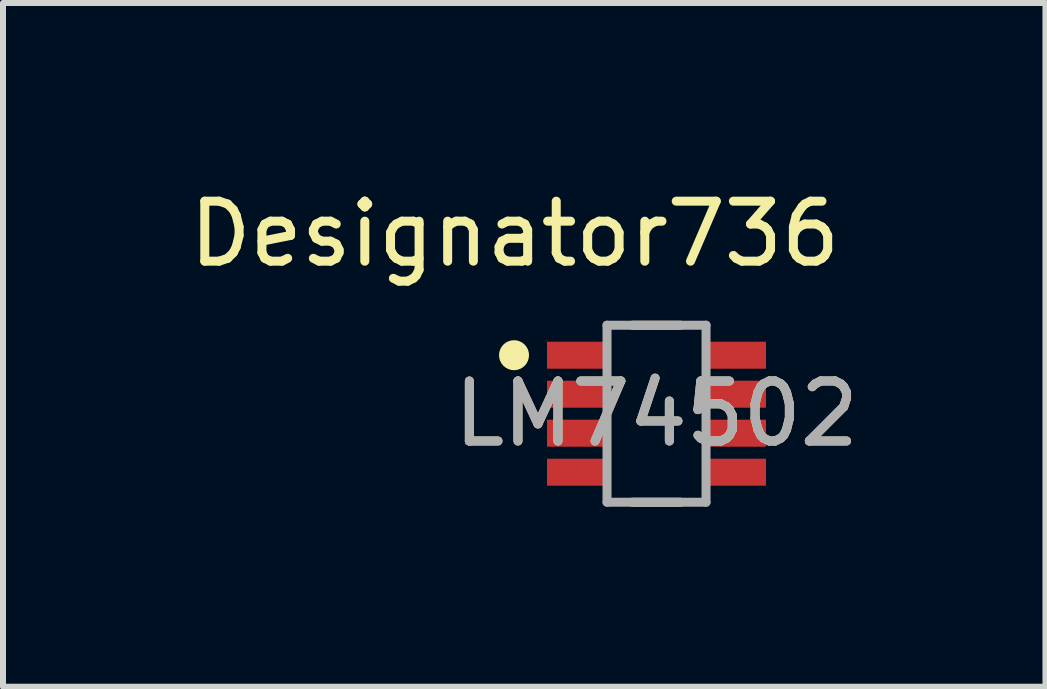
<source format=kicad_pcb>
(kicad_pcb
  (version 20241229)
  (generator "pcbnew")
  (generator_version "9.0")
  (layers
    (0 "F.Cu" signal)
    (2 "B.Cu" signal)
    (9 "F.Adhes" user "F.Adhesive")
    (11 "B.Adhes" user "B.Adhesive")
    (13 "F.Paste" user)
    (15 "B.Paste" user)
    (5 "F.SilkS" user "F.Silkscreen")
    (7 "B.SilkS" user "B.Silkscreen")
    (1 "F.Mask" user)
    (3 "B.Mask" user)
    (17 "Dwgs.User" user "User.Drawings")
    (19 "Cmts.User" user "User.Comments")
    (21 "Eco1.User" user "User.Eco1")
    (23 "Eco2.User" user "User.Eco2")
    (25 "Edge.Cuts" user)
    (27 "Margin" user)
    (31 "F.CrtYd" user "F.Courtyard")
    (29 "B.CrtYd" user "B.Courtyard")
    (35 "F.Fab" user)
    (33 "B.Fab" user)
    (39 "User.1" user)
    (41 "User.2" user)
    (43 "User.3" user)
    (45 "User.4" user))
  (footprint "LM74502"
    (layer "F.Cu")
    (at 7.892 3.845)
    (property "Reference" "LM74502" (at 0 0 0) (unlocked yes) (layer "F.SilkS") (effects (font (size 1 1) (thickness 0.15))))
    (attr smd)
    (fp_line (start -0.4 -1.475) (end 0.4 -1.475) (stroke (width 0.15) (type solid)) (layer "F.SilkS"))
    (fp_line (start -0.4 1.475) (end 0.4 1.475) (stroke (width 0.15) (type solid)) (layer "F.SilkS"))
    (fp_circle (center -2.375 -0.975) (end -2.25 -0.975) (stroke (width 0.25) (type solid)) (fill no) (layer "F.SilkS"))
    (fp_line (start -0.825 -1.475) (end 0.825 -1.475) (stroke (width 0.15) (type solid)) (layer "F.Fab"))
    (fp_line (start -0.825 1.475) (end -0.825 -1.475) (stroke (width 0.15) (type solid)) (layer "F.Fab"))
    (fp_line (start -0.825 1.475) (end 0.825 1.475) (stroke (width 0.15) (type solid)) (layer "F.Fab"))
    (fp_line (start 0.825 1.475) (end 0.825 -1.475) (stroke (width 0.15) (type solid)) (layer "F.Fab"))
    (fp_text user "Designator736" (at -2.362 -2.997 0) (unlocked yes) (layer "F.SilkS") (effects (font (size 1 1) (thickness 0.15))))
    (fp_text user "${REFERENCE}" (at 0 0 0) (unlocked yes) (layer "F.Fab") (effects (font (size 1 1) (thickness 0.15))))
    (pad "1" smd rect (at -1.3 -0.975) (size 1.05 0.45) (layers "F.Cu" "F.Mask" "F.Paste"))
    (pad "2" smd rect (at -1.3 -0.325) (size 1.05 0.45) (layers "F.Cu" "F.Mask" "F.Paste"))
    (pad "3" smd rect (at -1.3 0.325) (size 1.05 0.45) (layers "F.Cu" "F.Mask" "F.Paste"))
    (pad "4" smd rect (at -1.3 0.975) (size 1.05 0.45) (layers "F.Cu" "F.Mask" "F.Paste"))
    (pad "5" smd rect (at 1.3 0.975) (size 1.05 0.45) (layers "F.Cu" "F.Mask" "F.Paste"))
    (pad "6" smd rect (at 1.3 0.325) (size 1.05 0.45) (layers "F.Cu" "F.Mask" "F.Paste"))
    (pad "7" smd rect (at 1.3 -0.325) (size 1.05 0.45) (layers "F.Cu" "F.Mask" "F.Paste"))
    (pad "8" smd rect (at 1.3 -0.975) (size 1.05 0.45) (layers "F.Cu" "F.Mask" "F.Paste")))
  (gr_rect
    (start -3 -3)
    (end 14.374 8.395)
    (stroke (width 0.1) (type default))
    (fill no)
    (layer "Edge.Cuts")))
</source>
